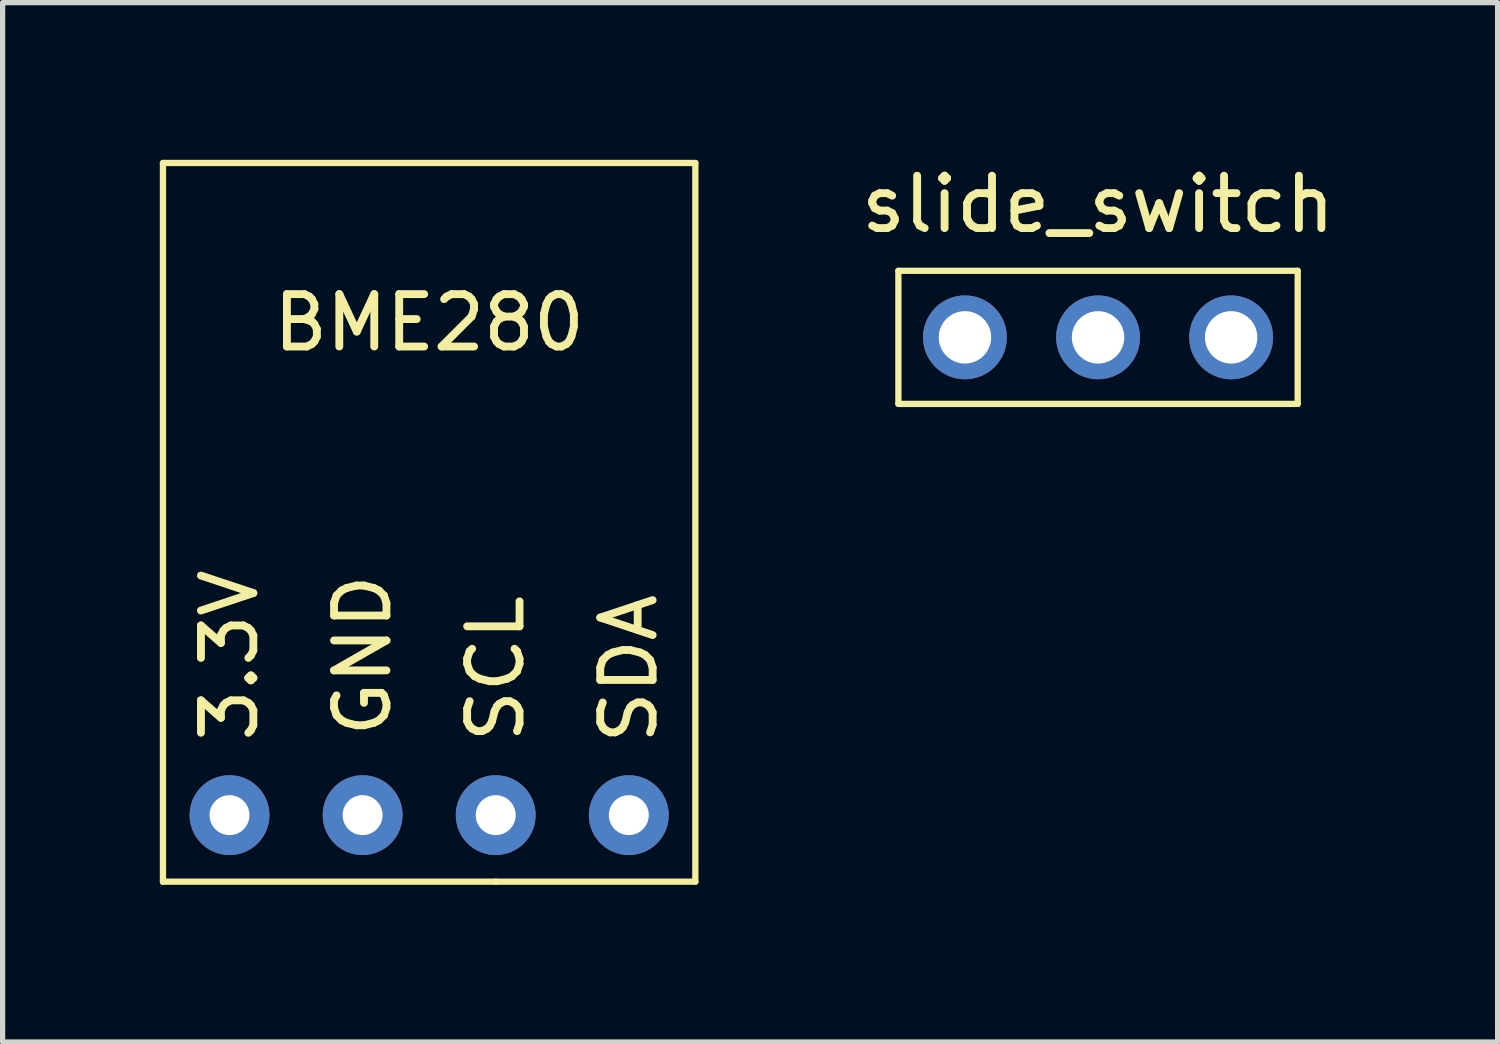
<source format=kicad_pcb>
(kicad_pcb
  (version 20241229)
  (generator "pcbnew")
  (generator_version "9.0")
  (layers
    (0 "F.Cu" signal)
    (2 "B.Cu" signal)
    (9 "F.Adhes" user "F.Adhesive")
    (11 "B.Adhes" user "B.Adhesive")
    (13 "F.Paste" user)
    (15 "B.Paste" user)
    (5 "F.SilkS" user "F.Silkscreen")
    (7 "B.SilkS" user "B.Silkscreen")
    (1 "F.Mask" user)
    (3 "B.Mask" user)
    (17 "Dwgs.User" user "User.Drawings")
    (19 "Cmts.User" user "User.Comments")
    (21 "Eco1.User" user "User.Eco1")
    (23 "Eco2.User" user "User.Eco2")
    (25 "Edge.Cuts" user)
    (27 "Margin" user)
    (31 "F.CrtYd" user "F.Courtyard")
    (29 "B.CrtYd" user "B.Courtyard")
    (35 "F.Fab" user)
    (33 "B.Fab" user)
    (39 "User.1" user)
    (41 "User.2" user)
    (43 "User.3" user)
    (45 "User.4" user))
  (footprint "BME280"
    (layer "F.Cu")
    (at 6.41 4.886)
    (property "Reference" "BME280" (at -1.27 -1.778 0) (layer "F.SilkS") (effects (font (size 1 1) (thickness 0.15))))
    (attr through_hole)
    (fp_line (start -6.35 -4.826) (end 3.81 -4.826) (stroke (width 0.12) (type solid)) (layer "F.SilkS"))
    (fp_line (start -6.35 8.89) (end -6.35 -4.826) (stroke (width 0.12) (type solid)) (layer "F.SilkS"))
    (fp_line (start 0 8.89) (end -6.35 8.89) (stroke (width 0.12) (type solid)) (layer "F.SilkS"))
    (fp_line (start 3.81 8.89) (end 0 8.89) (stroke (width 0.12) (type solid)) (layer "F.SilkS"))
    (fp_line (start 3.81 8.89) (end 3.81 -4.826) (stroke (width 0.12) (type solid)) (layer "F.SilkS"))
    (fp_text user "SCL" (at 0 4.826 90) (layer "F.SilkS") (effects (font (size 1 1) (thickness 0.15))))
    (fp_text user "GND" (at -2.54 4.572 90) (layer "F.SilkS") (effects (font (size 1 1) (thickness 0.15))))
    (fp_text user "3.3V" (at -5.08 4.572 90) (layer "F.SilkS") (effects (font (size 1 1) (thickness 0.15))))
    (fp_text user "SDA" (at 2.54 4.826 90) (layer "F.SilkS") (effects (font (size 1 1) (thickness 0.15))))
    (pad "1" thru_hole circle (at -5.08 7.62) (size 1.524 1.524) (drill 0.762) (layers "*.Cu" "*.Mask"))
    (pad "2" thru_hole circle (at -2.54 7.62) (size 1.524 1.524) (drill 0.762) (layers "*.Cu" "*.Mask"))
    (pad "3" thru_hole circle (at 0 7.62) (size 1.524 1.524) (drill 0.762) (layers "*.Cu" "*.Mask"))
    (pad "4" thru_hole circle (at 2.54 7.62) (size 1.524 1.524) (drill 0.762) (layers "*.Cu" "*.Mask")))
  (footprint "slide_switch"
    (layer "F.Cu")
    (at 17.905 2.118)
    (property "Reference" "slide_switch" (at 0 -1.27 0) (layer "F.SilkS") (effects (font (size 1 1) (thickness 0.15))))
    (attr through_hole)
    (fp_line (start -3.81 0) (end 3.81 0) (stroke (width 0.12) (type solid)) (layer "F.SilkS"))
    (fp_line (start -3.81 2.54) (end -3.81 0) (stroke (width 0.12) (type solid)) (layer "F.SilkS"))
    (fp_line (start 3.81 0) (end 3.81 2.54) (stroke (width 0.12) (type solid)) (layer "F.SilkS"))
    (fp_line (start 3.81 2.54) (end -3.81 2.54) (stroke (width 0.12) (type solid)) (layer "F.SilkS"))
    (pad "1" thru_hole circle (at -2.54 1.27) (size 1.6 1.6) (drill 1) (layers "*.Cu" "*.Mask"))
    (pad "2" thru_hole circle (at 0 1.27) (size 1.6 1.6) (drill 1) (layers "*.Cu" "*.Mask"))
    (pad "3" thru_hole circle (at 2.54 1.27) (size 1.6 1.6) (drill 1) (layers "*.Cu" "*.Mask")))
  (gr_rect
    (start -3 -3)
    (end 25.53 16.836)
    (stroke (width 0.1) (type default))
    (fill no)
    (layer "Edge.Cuts")))
</source>
